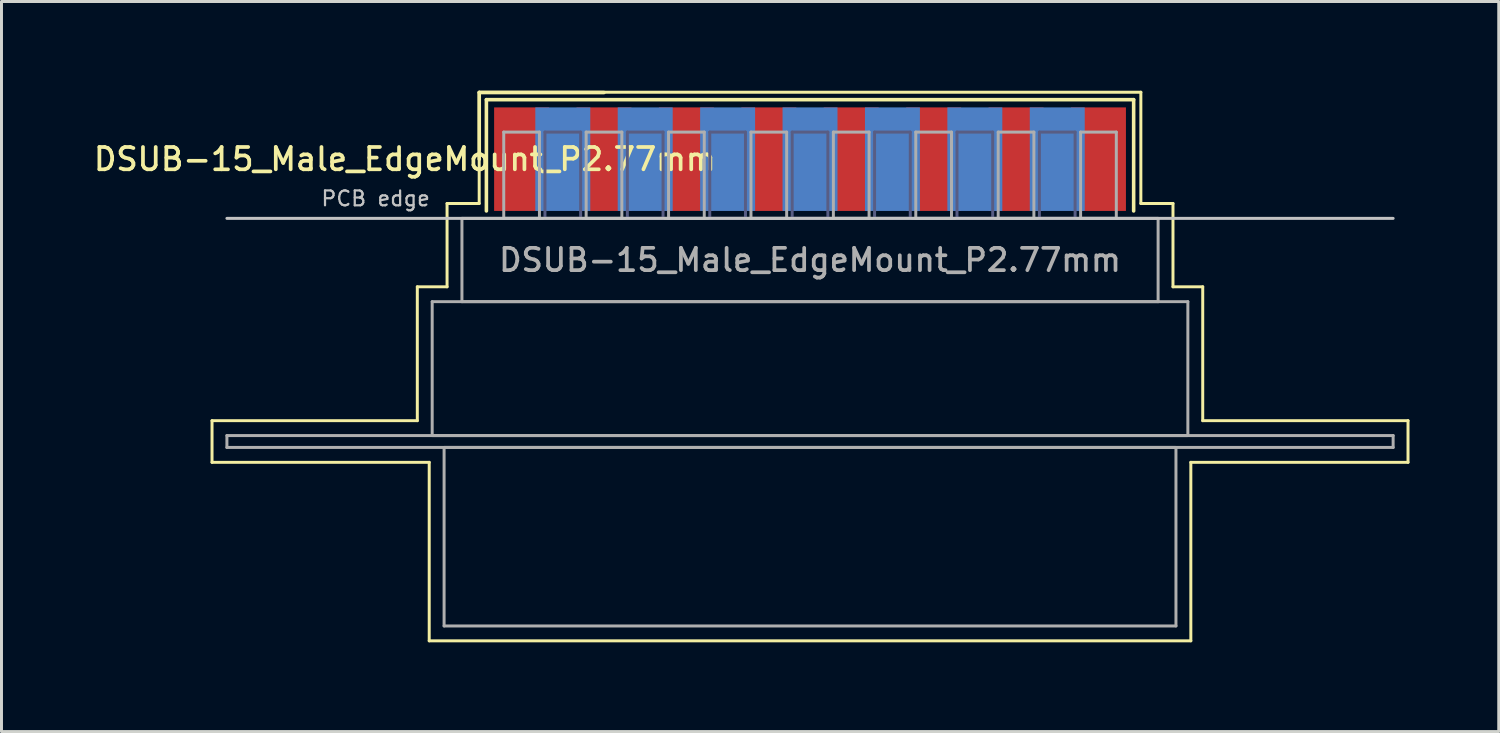
<source format=kicad_pcb>
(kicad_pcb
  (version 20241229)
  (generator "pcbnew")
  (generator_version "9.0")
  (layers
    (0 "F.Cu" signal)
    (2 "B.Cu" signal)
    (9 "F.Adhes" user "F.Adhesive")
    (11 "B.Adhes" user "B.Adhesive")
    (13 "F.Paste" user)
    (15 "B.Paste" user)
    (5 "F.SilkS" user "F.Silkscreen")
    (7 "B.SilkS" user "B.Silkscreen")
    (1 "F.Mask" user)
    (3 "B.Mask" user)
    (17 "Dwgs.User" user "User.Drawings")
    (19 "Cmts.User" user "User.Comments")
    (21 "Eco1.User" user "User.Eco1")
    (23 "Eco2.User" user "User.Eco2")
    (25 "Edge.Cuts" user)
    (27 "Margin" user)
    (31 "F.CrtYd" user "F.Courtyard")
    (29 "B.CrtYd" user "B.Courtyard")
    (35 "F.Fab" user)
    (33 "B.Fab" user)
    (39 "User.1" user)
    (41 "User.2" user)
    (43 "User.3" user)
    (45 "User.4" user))
  (footprint "DSUB-15_Male_EdgeMount_P2.77mm"
    (layer "F.Cu")
    (at 24.177 2.3)
    (property "Reference" "DSUB-15_Male_EdgeMount_P2.77mm" (at -13.618 0 0) (layer "F.SilkS") (effects (font (size 0.75 0.75) (thickness 0.125))))
    (attr smd)
    (fp_line (start -20.1 8.79) (end -13.2 8.79) (stroke (width 0.1) (type solid)) (layer "F.SilkS"))
    (fp_line (start -20.1 10.19) (end -20.1 8.79) (stroke (width 0.1) (type solid)) (layer "F.SilkS"))
    (fp_line (start -13.2 4.29) (end -12.2 4.29) (stroke (width 0.1) (type solid)) (layer "F.SilkS"))
    (fp_line (start -13.2 8.79) (end -13.2 4.29) (stroke (width 0.1) (type solid)) (layer "F.SilkS"))
    (fp_line (start -12.8 10.19) (end -20.1 10.19) (stroke (width 0.1) (type solid)) (layer "F.SilkS"))
    (fp_line (start -12.8 16.19) (end -12.8 10.19) (stroke (width 0.1) (type solid)) (layer "F.SilkS"))
    (fp_line (start -12.2 1.49) (end -11.12 1.49) (stroke (width 0.1) (type solid)) (layer "F.SilkS"))
    (fp_line (start -12.2 4.29) (end -12.2 1.49) (stroke (width 0.1) (type solid)) (layer "F.SilkS"))
    (fp_line (start -11.12 -2.25) (end 11.12 -2.25) (stroke (width 0.1) (type solid)) (layer "F.SilkS"))
    (fp_line (start -11.12 1.49) (end -11.12 -2.25) (stroke (width 0.1) (type solid)) (layer "F.SilkS"))
    (fp_line (start -11.118 -2.24) (end -6.925 -2.24) (stroke (width 0.12) (type solid)) (layer "F.SilkS"))
    (fp_line (start -11.118 0) (end -11.118 -2.24) (stroke (width 0.12) (type solid)) (layer "F.SilkS"))
    (fp_line (start -10.878 -2) (end -10.878 1.74) (stroke (width 0.12) (type solid)) (layer "F.SilkS"))
    (fp_line (start 10.878 -2) (end -10.878 -2) (stroke (width 0.12) (type solid)) (layer "F.SilkS"))
    (fp_line (start 10.878 1.74) (end 10.878 -2) (stroke (width 0.12) (type solid)) (layer "F.SilkS"))
    (fp_line (start 11.12 -2.25) (end 11.12 1.49) (stroke (width 0.1) (type solid)) (layer "F.SilkS"))
    (fp_line (start 11.12 1.49) (end 12.2 1.49) (stroke (width 0.1) (type solid)) (layer "F.SilkS"))
    (fp_line (start 12.2 1.49) (end 12.2 4.29) (stroke (width 0.1) (type solid)) (layer "F.SilkS"))
    (fp_line (start 12.2 4.29) (end 13.2 4.29) (stroke (width 0.1) (type solid)) (layer "F.SilkS"))
    (fp_line (start 12.8 10.19) (end 12.8 16.19) (stroke (width 0.1) (type solid)) (layer "F.SilkS"))
    (fp_line (start 12.8 16.19) (end -12.8 16.19) (stroke (width 0.1) (type solid)) (layer "F.SilkS"))
    (fp_line (start 13.2 4.29) (end 13.2 8.79) (stroke (width 0.1) (type solid)) (layer "F.SilkS"))
    (fp_line (start 13.2 8.79) (end 20.1 8.79) (stroke (width 0.1) (type solid)) (layer "F.SilkS"))
    (fp_line (start 20.1 8.79) (end 20.1 10.19) (stroke (width 0.1) (type solid)) (layer "F.SilkS"))
    (fp_line (start 20.1 10.19) (end 12.8 10.19) (stroke (width 0.1) (type solid)) (layer "F.SilkS"))
    (fp_line (start -19.6 1.99) (end 19.6 1.99) (stroke (width 0.1) (type solid)) (layer "Dwgs.User"))
    (fp_line (start -8.91 -0.91) (end -8.91 1.99) (stroke (width 0.1) (type solid)) (layer "B.Fab"))
    (fp_line (start -8.91 1.99) (end -7.71 1.99) (stroke (width 0.1) (type solid)) (layer "B.Fab"))
    (fp_line (start -7.71 -0.91) (end -8.91 -0.91) (stroke (width 0.1) (type solid)) (layer "B.Fab"))
    (fp_line (start -7.71 1.99) (end -7.71 -0.91) (stroke (width 0.1) (type solid)) (layer "B.Fab"))
    (fp_line (start -6.14 -0.91) (end -6.14 1.99) (stroke (width 0.1) (type solid)) (layer "B.Fab"))
    (fp_line (start -6.14 1.99) (end -4.94 1.99) (stroke (width 0.1) (type solid)) (layer "B.Fab"))
    (fp_line (start -4.94 -0.91) (end -6.14 -0.91) (stroke (width 0.1) (type solid)) (layer "B.Fab"))
    (fp_line (start -4.94 1.99) (end -4.94 -0.91) (stroke (width 0.1) (type solid)) (layer "B.Fab"))
    (fp_line (start -3.37 -0.91) (end -3.37 1.99) (stroke (width 0.1) (type solid)) (layer "B.Fab"))
    (fp_line (start -3.37 1.99) (end -2.17 1.99) (stroke (width 0.1) (type solid)) (layer "B.Fab"))
    (fp_line (start -2.17 -0.91) (end -3.37 -0.91) (stroke (width 0.1) (type solid)) (layer "B.Fab"))
    (fp_line (start -2.17 1.99) (end -2.17 -0.91) (stroke (width 0.1) (type solid)) (layer "B.Fab"))
    (fp_line (start -0.6 -0.91) (end -0.6 1.99) (stroke (width 0.1) (type solid)) (layer "B.Fab"))
    (fp_line (start -0.6 1.99) (end 0.6 1.99) (stroke (width 0.1) (type solid)) (layer "B.Fab"))
    (fp_line (start 0.6 -0.91) (end -0.6 -0.91) (stroke (width 0.1) (type solid)) (layer "B.Fab"))
    (fp_line (start 0.6 1.99) (end 0.6 -0.91) (stroke (width 0.1) (type solid)) (layer "B.Fab"))
    (fp_line (start 2.17 -0.91) (end 2.17 1.99) (stroke (width 0.1) (type solid)) (layer "B.Fab"))
    (fp_line (start 2.17 1.99) (end 3.37 1.99) (stroke (width 0.1) (type solid)) (layer "B.Fab"))
    (fp_line (start 3.37 -0.91) (end 2.17 -0.91) (stroke (width 0.1) (type solid)) (layer "B.Fab"))
    (fp_line (start 3.37 1.99) (end 3.37 -0.91) (stroke (width 0.1) (type solid)) (layer "B.Fab"))
    (fp_line (start 4.94 -0.91) (end 4.94 1.99) (stroke (width 0.1) (type solid)) (layer "B.Fab"))
    (fp_line (start 4.94 1.99) (end 6.14 1.99) (stroke (width 0.1) (type solid)) (layer "B.Fab"))
    (fp_line (start 6.14 -0.91) (end 4.94 -0.91) (stroke (width 0.1) (type solid)) (layer "B.Fab"))
    (fp_line (start 6.14 1.99) (end 6.14 -0.91) (stroke (width 0.1) (type solid)) (layer "B.Fab"))
    (fp_line (start 7.71 -0.91) (end 7.71 1.99) (stroke (width 0.1) (type solid)) (layer "B.Fab"))
    (fp_line (start 7.71 1.99) (end 8.91 1.99) (stroke (width 0.1) (type solid)) (layer "B.Fab"))
    (fp_line (start 8.91 -0.91) (end 7.71 -0.91) (stroke (width 0.1) (type solid)) (layer "B.Fab"))
    (fp_line (start 8.91 1.99) (end 8.91 -0.91) (stroke (width 0.1) (type solid)) (layer "B.Fab"))
    (fp_line (start -19.6 9.29) (end -19.6 9.69) (stroke (width 0.1) (type solid)) (layer "F.Fab"))
    (fp_line (start -19.6 9.69) (end 19.6 9.69) (stroke (width 0.1) (type solid)) (layer "F.Fab"))
    (fp_line (start -12.7 4.79) (end -12.7 9.29) (stroke (width 0.1) (type solid)) (layer "F.Fab"))
    (fp_line (start -12.7 9.29) (end 12.7 9.29) (stroke (width 0.1) (type solid)) (layer "F.Fab"))
    (fp_line (start -12.3 9.69) (end -12.3 15.69) (stroke (width 0.1) (type solid)) (layer "F.Fab"))
    (fp_line (start -12.3 15.69) (end 12.3 15.69) (stroke (width 0.1) (type solid)) (layer "F.Fab"))
    (fp_line (start -11.7 1.99) (end -11.7 4.79) (stroke (width 0.1) (type solid)) (layer "F.Fab"))
    (fp_line (start -11.7 4.79) (end 11.7 4.79) (stroke (width 0.1) (type solid)) (layer "F.Fab"))
    (fp_line (start -10.295 -0.91) (end -10.295 1.99) (stroke (width 0.1) (type solid)) (layer "F.Fab"))
    (fp_line (start -10.295 1.99) (end -9.095 1.99) (stroke (width 0.1) (type solid)) (layer "F.Fab"))
    (fp_line (start -9.095 -0.91) (end -10.295 -0.91) (stroke (width 0.1) (type solid)) (layer "F.Fab"))
    (fp_line (start -9.095 1.99) (end -9.095 -0.91) (stroke (width 0.1) (type solid)) (layer "F.Fab"))
    (fp_line (start -7.525 -0.91) (end -7.525 1.99) (stroke (width 0.1) (type solid)) (layer "F.Fab"))
    (fp_line (start -7.525 1.99) (end -6.325 1.99) (stroke (width 0.1) (type solid)) (layer "F.Fab"))
    (fp_line (start -6.325 -0.91) (end -7.525 -0.91) (stroke (width 0.1) (type solid)) (layer "F.Fab"))
    (fp_line (start -6.325 1.99) (end -6.325 -0.91) (stroke (width 0.1) (type solid)) (layer "F.Fab"))
    (fp_line (start -4.755 -0.91) (end -4.755 1.99) (stroke (width 0.1) (type solid)) (layer "F.Fab"))
    (fp_line (start -4.755 1.99) (end -3.555 1.99) (stroke (width 0.1) (type solid)) (layer "F.Fab"))
    (fp_line (start -3.555 -0.91) (end -4.755 -0.91) (stroke (width 0.1) (type solid)) (layer "F.Fab"))
    (fp_line (start -3.555 1.99) (end -3.555 -0.91) (stroke (width 0.1) (type solid)) (layer "F.Fab"))
    (fp_line (start -1.985 -0.91) (end -1.985 1.99) (stroke (width 0.1) (type solid)) (layer "F.Fab"))
    (fp_line (start -1.985 1.99) (end -0.785 1.99) (stroke (width 0.1) (type solid)) (layer "F.Fab"))
    (fp_line (start -0.785 -0.91) (end -1.985 -0.91) (stroke (width 0.1) (type solid)) (layer "F.Fab"))
    (fp_line (start -0.785 1.99) (end -0.785 -0.91) (stroke (width 0.1) (type solid)) (layer "F.Fab"))
    (fp_line (start 0.785 -0.91) (end 0.785 1.99) (stroke (width 0.1) (type solid)) (layer "F.Fab"))
    (fp_line (start 0.785 1.99) (end 1.985 1.99) (stroke (width 0.1) (type solid)) (layer "F.Fab"))
    (fp_line (start 1.985 -0.91) (end 0.785 -0.91) (stroke (width 0.1) (type solid)) (layer "F.Fab"))
    (fp_line (start 1.985 1.99) (end 1.985 -0.91) (stroke (width 0.1) (type solid)) (layer "F.Fab"))
    (fp_line (start 3.555 -0.91) (end 3.555 1.99) (stroke (width 0.1) (type solid)) (layer "F.Fab"))
    (fp_line (start 3.555 1.99) (end 4.755 1.99) (stroke (width 0.1) (type solid)) (layer "F.Fab"))
    (fp_line (start 4.755 -0.91) (end 3.555 -0.91) (stroke (width 0.1) (type solid)) (layer "F.Fab"))
    (fp_line (start 4.755 1.99) (end 4.755 -0.91) (stroke (width 0.1) (type solid)) (layer "F.Fab"))
    (fp_line (start 6.325 -0.91) (end 6.325 1.99) (stroke (width 0.1) (type solid)) (layer "F.Fab"))
    (fp_line (start 6.325 1.99) (end 7.525 1.99) (stroke (width 0.1) (type solid)) (layer "F.Fab"))
    (fp_line (start 7.525 -0.91) (end 6.325 -0.91) (stroke (width 0.1) (type solid)) (layer "F.Fab"))
    (fp_line (start 7.525 1.99) (end 7.525 -0.91) (stroke (width 0.1) (type solid)) (layer "F.Fab"))
    (fp_line (start 9.095 -0.91) (end 9.095 1.99) (stroke (width 0.1) (type solid)) (layer "F.Fab"))
    (fp_line (start 9.095 1.99) (end 10.295 1.99) (stroke (width 0.1) (type solid)) (layer "F.Fab"))
    (fp_line (start 10.295 -0.91) (end 9.095 -0.91) (stroke (width 0.1) (type solid)) (layer "F.Fab"))
    (fp_line (start 10.295 1.99) (end 10.295 -0.91) (stroke (width 0.1) (type solid)) (layer "F.Fab"))
    (fp_line (start 11.7 1.99) (end -11.7 1.99) (stroke (width 0.1) (type solid)) (layer "F.Fab"))
    (fp_line (start 11.7 4.79) (end 11.7 1.99) (stroke (width 0.1) (type solid)) (layer "F.Fab"))
    (fp_line (start 12.3 9.69) (end -12.3 9.69) (stroke (width 0.1) (type solid)) (layer "F.Fab"))
    (fp_line (start 12.3 15.69) (end 12.3 9.69) (stroke (width 0.1) (type solid)) (layer "F.Fab"))
    (fp_line (start 12.7 4.79) (end -12.7 4.79) (stroke (width 0.1) (type solid)) (layer "F.Fab"))
    (fp_line (start 12.7 9.29) (end 12.7 4.79) (stroke (width 0.1) (type solid)) (layer "F.Fab"))
    (fp_line (start 19.6 9.29) (end -19.6 9.29) (stroke (width 0.1) (type solid)) (layer "F.Fab"))
    (fp_line (start 19.6 9.69) (end 19.6 9.29) (stroke (width 0.1) (type solid)) (layer "F.Fab"))
    (fp_text user "PCB edge" (at -14.6 1.323 0) (layer "Dwgs.User") (effects (font (size 0.5 0.5) (thickness 0.075))))
    (fp_text user "${REFERENCE}" (at 0 3.39 0) (layer "F.Fab") (effects (font (size 0.75 0.75) (thickness 0.125))))
    (pad "1" smd rect (at -9.695 0) (size 1.847 3.48) (layers "F.Cu" "F.Mask" "F.Paste"))
    (pad "2" smd rect (at -6.925 0) (size 1.847 3.48) (layers "F.Cu" "F.Mask" "F.Paste"))
    (pad "3" smd rect (at -4.155 0) (size 1.847 3.48) (layers "F.Cu" "F.Mask" "F.Paste"))
    (pad "4" smd rect (at -1.385 0) (size 1.847 3.48) (layers "F.Cu" "F.Mask" "F.Paste"))
    (pad "5" smd rect (at 1.385 0) (size 1.847 3.48) (layers "F.Cu" "F.Mask" "F.Paste"))
    (pad "6" smd rect (at 4.155 0) (size 1.847 3.48) (layers "F.Cu" "F.Mask" "F.Paste"))
    (pad "7" smd rect (at 6.925 0) (size 1.847 3.48) (layers "F.Cu" "F.Mask" "F.Paste"))
    (pad "8" smd rect (at 9.695 0) (size 1.847 3.48) (layers "F.Cu" "F.Mask" "F.Paste"))
    (pad "9" smd rect (at -8.31 0) (size 1.847 3.48) (layers "B.Cu" "B.Mask" "B.Paste"))
    (pad "10" smd rect (at -5.54 0) (size 1.847 3.48) (layers "B.Cu" "B.Mask" "B.Paste"))
    (pad "11" smd rect (at -2.77 0) (size 1.847 3.48) (layers "B.Cu" "B.Mask" "B.Paste"))
    (pad "12" smd rect (at 0 0) (size 1.847 3.48) (layers "B.Cu" "B.Mask" "B.Paste"))
    (pad "13" smd rect (at 2.77 0) (size 1.847 3.48) (layers "B.Cu" "B.Mask" "B.Paste"))
    (pad "14" smd rect (at 5.54 0) (size 1.847 3.48) (layers "B.Cu" "B.Mask" "B.Paste"))
    (pad "15" smd rect (at 8.31 0) (size 1.847 3.48) (layers "B.Cu" "B.Mask" "B.Paste")))
  (gr_rect
    (start -3 -3)
    (end 47.327 21.54)
    (stroke (width 0.1) (type default))
    (fill no)
    (layer "Edge.Cuts")))
</source>
